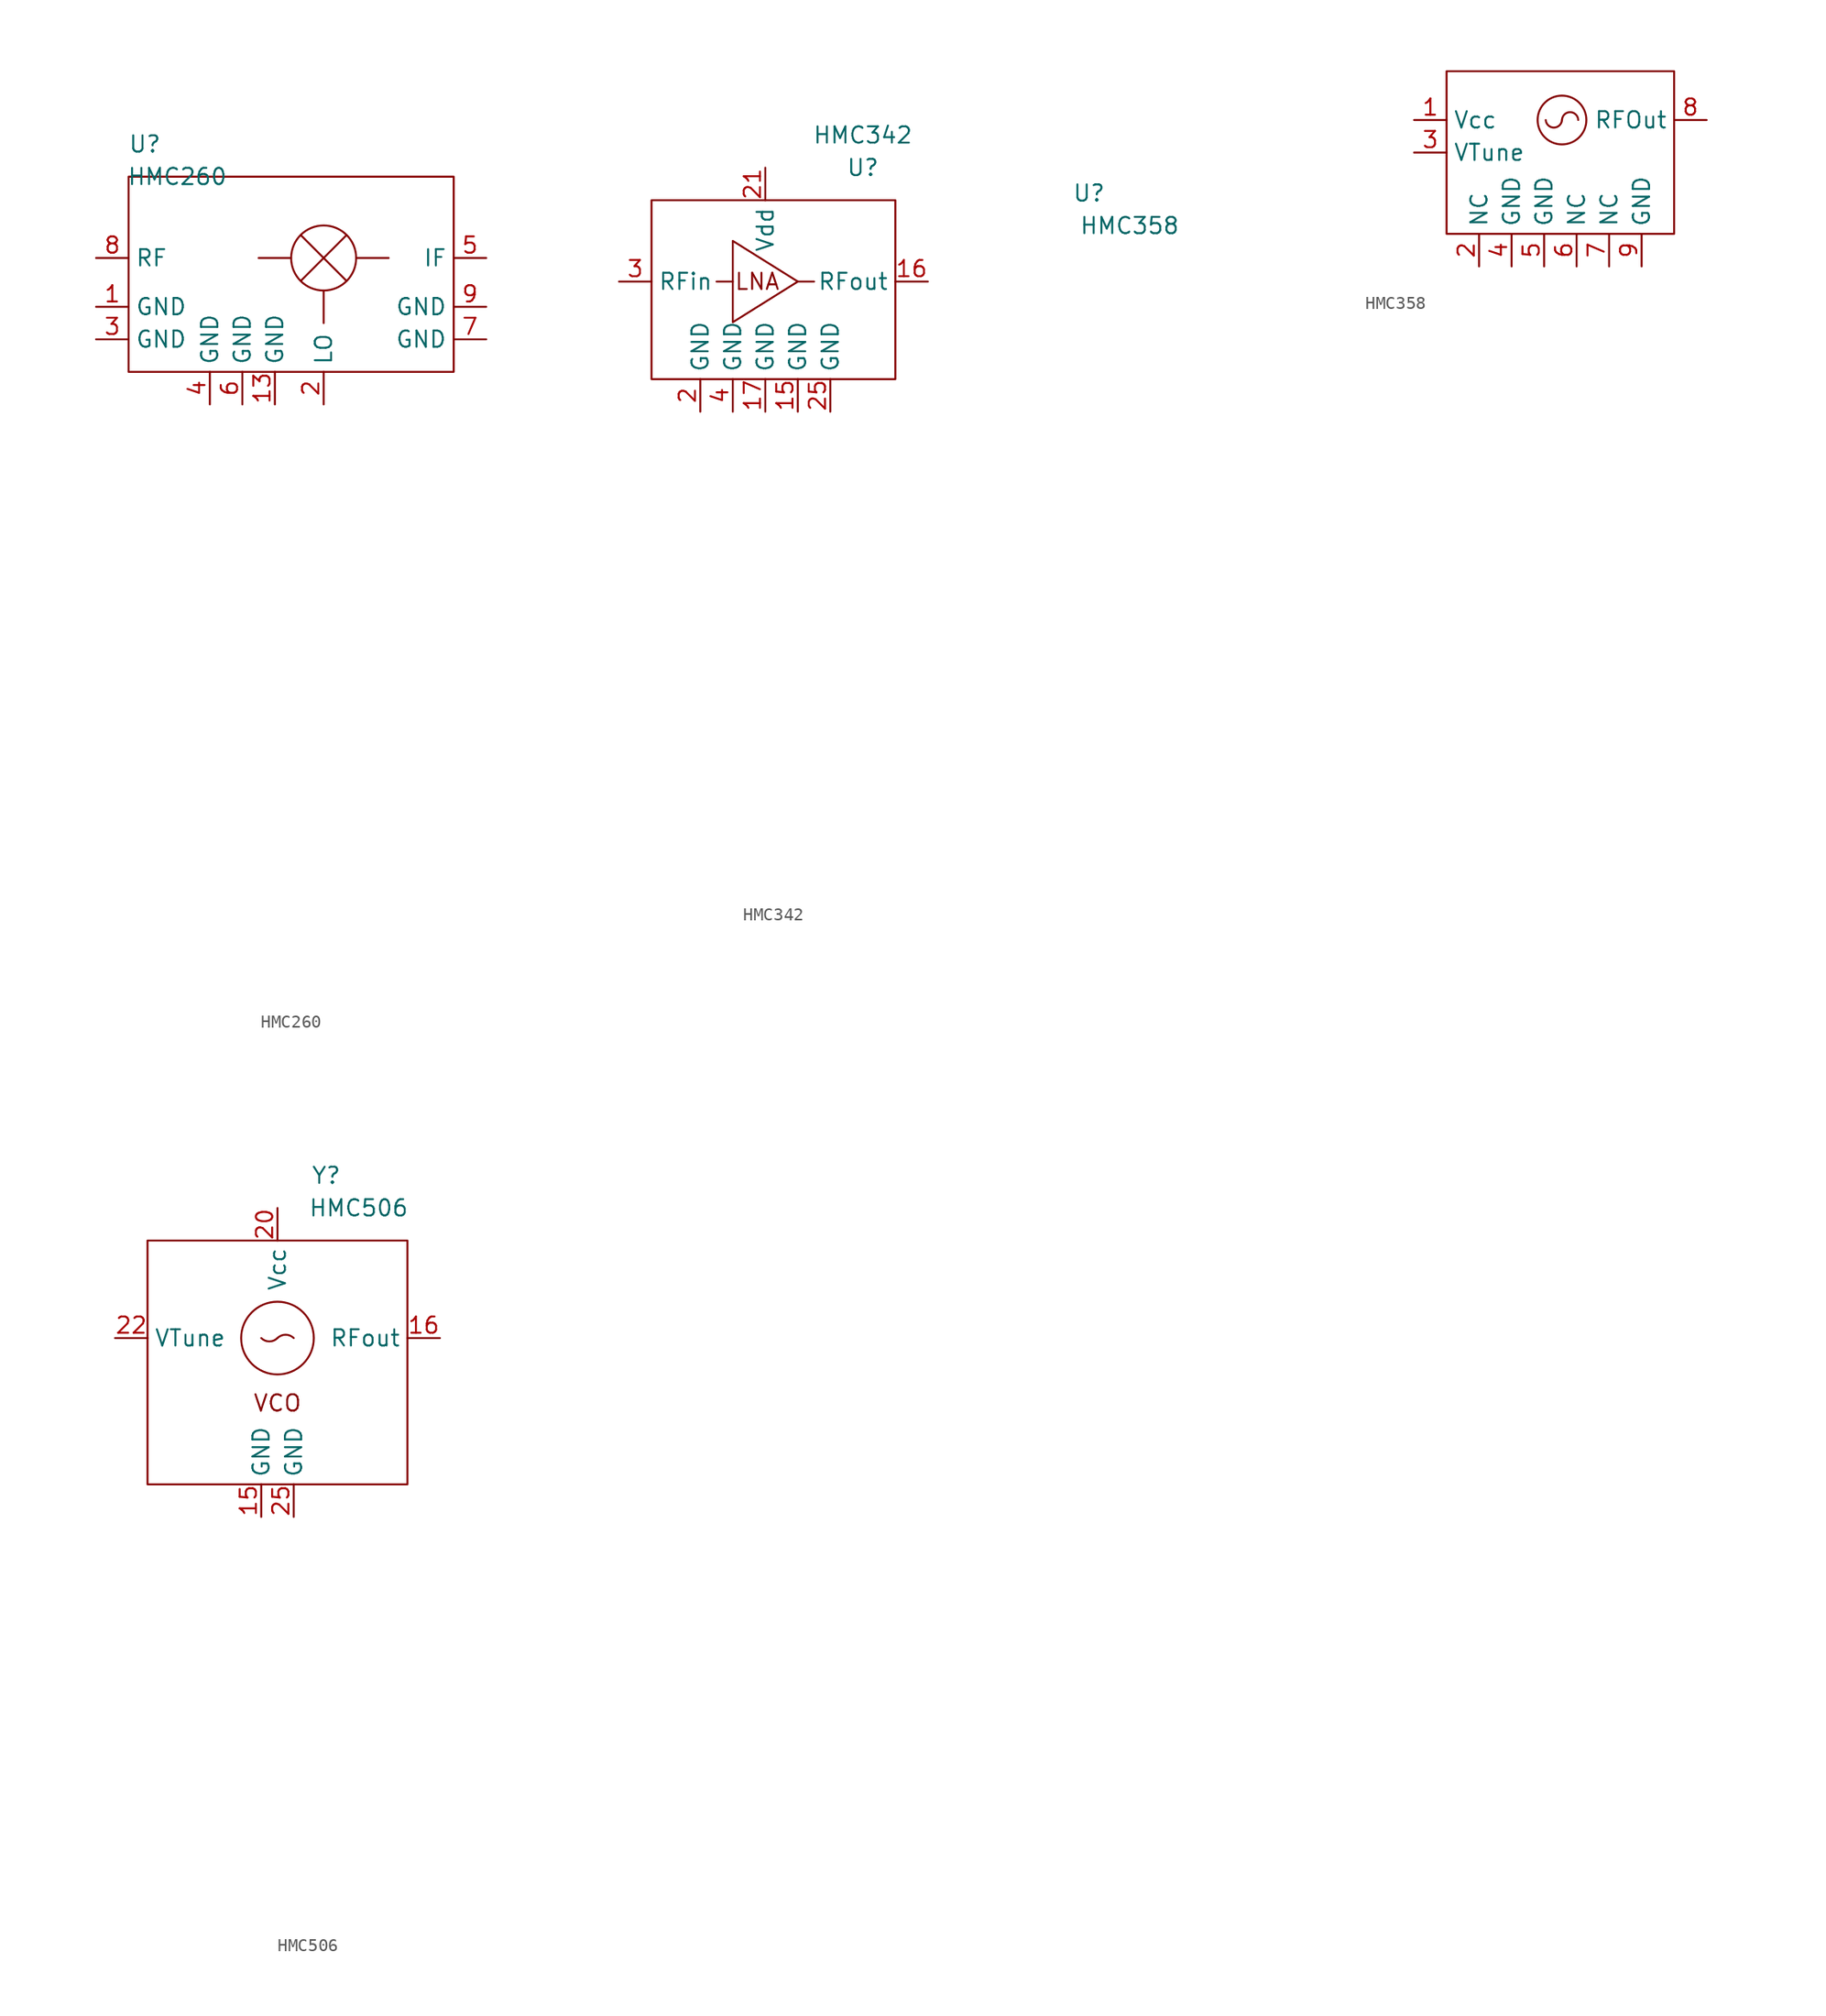
<source format=kicad_sym>
(kicad_symbol_lib
  (version 20211014)
  (generator kicad_symbol_editor)
  (symbol "HMC260"
    (property "Reference" "U"
      (at 1.27 22.86 0)
      (effects (font (size 1.27 1.27))))
    (property "Value" "HMC260"
      (at 3.81 20.32 0)
      (effects (font (size 1.27 1.27))))
    (symbol "HMC260_0_0"
      (pin unspecified line (at -2.54 10.16 0) (length 2.54) (name "GND" (effects (font (size 1.27 1.27)))) (number "1" (effects (font (size 1.27 1.27)))))
      (pin unspecified line (at 6.35 -33.02 0) (length 2.54) hide (name "NC" (effects (font (size 1.27 1.27)))) (number "10" (effects (font (size 1.27 1.27)))))
      (pin unspecified line (at 6.35 -35.56 0) (length 2.54) hide (name "NC" (effects (font (size 1.27 1.27)))) (number "11" (effects (font (size 1.27 1.27)))))
      (pin unspecified line (at 6.35 -38.1 0) (length 2.54) hide (name "NC" (effects (font (size 1.27 1.27)))) (number "12" (effects (font (size 1.27 1.27)))))
      (pin unspecified line (at 11.43 2.54 90) (length 2.54) (name "GND" (effects (font (size 1.27 1.27)))) (number "13" (effects (font (size 1.27 1.27)))))
      (pin unspecified line (at 15.24 2.54 90) (length 2.54) (name "LO" (effects (font (size 1.27 1.27)))) (number "2" (effects (font (size 1.27 1.27)))))
      (pin unspecified line (at -2.54 7.62 0) (length 2.54) (name "GND" (effects (font (size 1.27 1.27)))) (number "3" (effects (font (size 1.27 1.27)))))
      (pin unspecified line (at 6.35 2.54 90) (length 2.54) (name "GND" (effects (font (size 1.27 1.27)))) (number "4" (effects (font (size 1.27 1.27)))))
      (pin unspecified line (at 27.94 13.97 180) (length 2.54) (name "IF" (effects (font (size 1.27 1.27)))) (number "5" (effects (font (size 1.27 1.27)))))
      (pin unspecified line (at 8.89 2.54 90) (length 2.54) (name "GND" (effects (font (size 1.27 1.27)))) (number "6" (effects (font (size 1.27 1.27)))))
      (pin unspecified line (at 27.94 7.62 180) (length 2.54) (name "GND" (effects (font (size 1.27 1.27)))) (number "7" (effects (font (size 1.27 1.27)))))
      (pin unspecified line (at -2.54 13.97 0) (length 2.54) (name "RF" (effects (font (size 1.27 1.27)))) (number "8" (effects (font (size 1.27 1.27)))))
      (pin unspecified line (at 27.94 10.16 180) (length 2.54) (name "GND" (effects (font (size 1.27 1.27)))) (number "9" (effects (font (size 1.27 1.27))))))
    (symbol "HMC260_0_1"
      (polyline (pts (xy 12.7 13.97) (xy 10.16 13.97)) (stroke (width 0) (type default) (color 0 0 0 0)) (fill (type none)))
      (polyline (pts (xy 15.24 11.43) (xy 15.24 8.89)) (stroke (width 0) (type default) (color 0 0 0 0)) (fill (type none)))
      (polyline (pts (xy 17.018 12.192) (xy 13.462 15.748)) (stroke (width 0) (type default) (color 0 0 0 0)) (fill (type none)))
      (polyline (pts (xy 17.018 15.748) (xy 13.462 12.192)) (stroke (width 0) (type default) (color 0 0 0 0)) (fill (type none)))
      (polyline (pts (xy 17.78 13.97) (xy 20.32 13.97)) (stroke (width 0) (type default) (color 0 0 0 0)) (fill (type none)))
      (rectangle (start 0 20.32) (end 25.4 5.08) (stroke (width 0) (type default) (color 0 0 0 0)) (fill (type none)))
      (circle (center 15.24 13.97) (radius 2.54) (stroke (width 0) (type default) (color 0 0 0 0)) (fill (type none)))))
  (symbol "HMC342"
    (property "Reference" "U"
      (at 17.78 22.86 0)
      (effects (font (size 1.27 1.27))))
    (property "Value" "HMC342"
      (at 17.78 25.4 0)
      (effects (font (size 1.27 1.27))))
    (symbol "HMC342_0_0"
      (text "LNA" (at 9.525 13.97 0) (effects (font (size 1.27 1.27))))
      (pin unspecified line (at 19.685 -10.795 0) (length 2.54) hide (name "" (effects (font (size 1.27 1.27)))) (number "1" (effects (font (size 1.27 1.27)))))
      (pin unspecified line (at 19.685 -26.035 0) (length 2.54) hide (name "" (effects (font (size 1.27 1.27)))) (number "10" (effects (font (size 1.27 1.27)))))
      (pin unspecified line (at 19.685 -28.575 0) (length 2.54) hide (name "" (effects (font (size 1.27 1.27)))) (number "11" (effects (font (size 1.27 1.27)))))
      (pin unspecified line (at 5.715 -10.795 0) (length 2.54) hide (name "" (effects (font (size 1.27 1.27)))) (number "12" (effects (font (size 1.27 1.27)))))
      (pin unspecified line (at 5.715 -13.335 0) (length 2.54) hide (name "" (effects (font (size 1.27 1.27)))) (number "13" (effects (font (size 1.27 1.27)))))
      (pin unspecified line (at 5.715 -15.875 0) (length 2.54) hide (name "" (effects (font (size 1.27 1.27)))) (number "14" (effects (font (size 1.27 1.27)))))
      (pin passive line (at 12.7 3.81 90) (length 2.54) (name "GND" (effects (font (size 1.27 1.27)))) (number "15" (effects (font (size 1.27 1.27)))))
      (pin output line (at 22.86 13.97 180) (length 2.54) (name "RFout" (effects (font (size 1.27 1.27)))) (number "16" (effects (font (size 1.27 1.27)))))
      (pin passive line (at 10.16 3.81 90) (length 2.54) (name "GND" (effects (font (size 1.27 1.27)))) (number "17" (effects (font (size 1.27 1.27)))))
      (pin unspecified line (at 5.715 -18.415 0) (length 2.54) hide (name "" (effects (font (size 1.27 1.27)))) (number "18" (effects (font (size 1.27 1.27)))))
      (pin unspecified line (at 5.715 -20.955 0) (length 2.54) hide (name "" (effects (font (size 1.27 1.27)))) (number "19" (effects (font (size 1.27 1.27)))))
      (pin passive line (at 5.08 3.81 90) (length 2.54) (name "GND" (effects (font (size 1.27 1.27)))) (number "2" (effects (font (size 1.27 1.27)))))
      (pin unspecified line (at 5.715 -23.495 0) (length 2.54) hide (name "" (effects (font (size 1.27 1.27)))) (number "20" (effects (font (size 1.27 1.27)))))
      (pin passive line (at 10.16 22.86 270) (length 2.54) (name "Vdd" (effects (font (size 1.27 1.27)))) (number "21" (effects (font (size 1.27 1.27)))))
      (pin unspecified line (at 5.715 -26.035 0) (length 2.54) hide (name "" (effects (font (size 1.27 1.27)))) (number "22" (effects (font (size 1.27 1.27)))))
      (pin unspecified line (at 5.715 -28.575 0) (length 2.54) hide (name "" (effects (font (size 1.27 1.27)))) (number "23" (effects (font (size 1.27 1.27)))))
      (pin unspecified line (at 19.685 -8.255 0) (length 2.54) hide (name "" (effects (font (size 1.27 1.27)))) (number "24" (effects (font (size 1.27 1.27)))))
      (pin passive line (at 15.24 3.81 90) (length 2.54) (name "GND" (effects (font (size 1.27 1.27)))) (number "25" (effects (font (size 1.27 1.27)))))
      (pin input line (at -1.27 13.97 0) (length 2.54) (name "RFin" (effects (font (size 1.27 1.27)))) (number "3" (effects (font (size 1.27 1.27)))))
      (pin passive line (at 7.62 3.81 90) (length 2.54) (name "GND" (effects (font (size 1.27 1.27)))) (number "4" (effects (font (size 1.27 1.27)))))
      (pin unspecified line (at 19.685 -13.335 0) (length 2.54) hide (name "" (effects (font (size 1.27 1.27)))) (number "5" (effects (font (size 1.27 1.27)))))
      (pin unspecified line (at 19.685 -15.875 0) (length 2.54) hide (name "" (effects (font (size 1.27 1.27)))) (number "6" (effects (font (size 1.27 1.27)))))
      (pin unspecified line (at 19.685 -18.415 0) (length 2.54) hide (name "" (effects (font (size 1.27 1.27)))) (number "7" (effects (font (size 1.27 1.27)))))
      (pin unspecified line (at 19.685 -20.955 0) (length 2.54) hide (name "" (effects (font (size 1.27 1.27)))) (number "8" (effects (font (size 1.27 1.27)))))
      (pin unspecified line (at 19.685 -23.495 0) (length 2.54) hide (name "" (effects (font (size 1.27 1.27)))) (number "9" (effects (font (size 1.27 1.27))))))
    (symbol "HMC342_0_1"
      (polyline (pts (xy 7.62 13.97) (xy 6.35 13.97)) (stroke (width 0) (type default) (color 0 0 0 0)) (fill (type none)))
      (polyline (pts (xy 13.97 13.97) (xy 12.7 13.97)) (stroke (width 0) (type default) (color 0 0 0 0)) (fill (type none)))
      (polyline (pts (xy 7.62 17.145) (xy 7.62 10.795) (xy 12.7 13.97) (xy 7.62 17.145)) (stroke (width 0) (type default) (color 0 0 0 0)) (fill (type none)))
      (rectangle (start 1.27 20.32) (end 20.32 6.35) (stroke (width 0) (type default) (color 0 0 0 0)) (fill (type none)))))
  (symbol "HMC358"
    (property "Reference" "U"
      (at -25.4 6.985 0)
      (effects (font (size 1.27 1.27))))
    (property "Value" "HMC358"
      (at -22.225 4.445 0)
      (effects (font (size 1.27 1.27))))
    (symbol "HMC358_0_0"
      (pin unspecified line (at 0 12.7 0) (length 2.54) (name "Vcc" (effects (font (size 1.27 1.27)))) (number "1" (effects (font (size 1.27 1.27)))))
      (pin unspecified line (at 5.08 1.27 90) (length 2.54) (name "NC" (effects (font (size 1.27 1.27)))) (number "2" (effects (font (size 1.27 1.27)))))
      (pin unspecified line (at 0 10.16 0) (length 2.54) (name "VTune" (effects (font (size 1.27 1.27)))) (number "3" (effects (font (size 1.27 1.27)))))
      (pin unspecified line (at 7.62 1.27 90) (length 2.54) (name "GND" (effects (font (size 1.27 1.27)))) (number "4" (effects (font (size 1.27 1.27)))))
      (pin unspecified line (at 10.16 1.27 90) (length 2.54) (name "GND" (effects (font (size 1.27 1.27)))) (number "5" (effects (font (size 1.27 1.27)))))
      (pin unspecified line (at 12.7 1.27 90) (length 2.54) (name "NC" (effects (font (size 1.27 1.27)))) (number "6" (effects (font (size 1.27 1.27)))))
      (pin unspecified line (at 15.24 1.27 90) (length 2.54) (name "NC" (effects (font (size 1.27 1.27)))) (number "7" (effects (font (size 1.27 1.27)))))
      (pin unspecified line (at 22.86 12.7 180) (length 2.54) (name "RFOut" (effects (font (size 1.27 1.27)))) (number "8" (effects (font (size 1.27 1.27)))))
      (pin unspecified line (at 17.78 1.27 90) (length 2.54) (name "GND" (effects (font (size 1.27 1.27)))) (number "9" (effects (font (size 1.27 1.27))))))
    (symbol "HMC358_0_1"
      (rectangle (start 2.54 16.51) (end 20.32 3.81) (stroke (width 0) (type default) (color 0 0 0 0)) (fill (type none)))
      (arc (start 10.287 12.7) (mid 10.922 12.0183) (end 11.557 12.7) (stroke (width 0) (type default) (color 0 0 0 0)) (fill (type none)))
      (circle (center 11.557 12.7) (radius 1.905) (stroke (width 0) (type default) (color 0 0 0 0)) (fill (type none)))
      (arc (start 12.827 12.7) (mid 12.192 13.3579) (end 11.557 12.7) (stroke (width 0) (type default) (color 0 0 0 0)) (fill (type none)))))
  (symbol "HMC506"
    (property "Reference" "Y"
      (at 21.59 26.67 0)
      (effects (font (size 1.27 1.27))))
    (property "Value" "HMC506"
      (at 24.13 24.13 0)
      (effects (font (size 1.27 1.27))))
    (symbol "HMC506_0_0"
      (text "VCO" (at 17.78 8.89 0) (effects (font (size 1.27 1.27))))
      (pin unspecified line (at 19.05 -13.97 0) (length 2.54) hide (name "" (effects (font (size 1.27 1.27)))) (number "1" (effects (font (size 1.27 1.27)))))
      (pin unspecified line (at 34.29 -16.51 0) (length 2.54) hide (name "" (effects (font (size 1.27 1.27)))) (number "10" (effects (font (size 1.27 1.27)))))
      (pin unspecified line (at 34.29 -19.05 0) (length 2.54) hide (name "" (effects (font (size 1.27 1.27)))) (number "11" (effects (font (size 1.27 1.27)))))
      (pin unspecified line (at 34.29 -21.59 0) (length 2.54) hide (name "" (effects (font (size 1.27 1.27)))) (number "12" (effects (font (size 1.27 1.27)))))
      (pin unspecified line (at 34.29 -24.13 0) (length 2.54) hide (name "" (effects (font (size 1.27 1.27)))) (number "13" (effects (font (size 1.27 1.27)))))
      (pin unspecified line (at 34.29 -26.67 0) (length 2.54) hide (name "" (effects (font (size 1.27 1.27)))) (number "14" (effects (font (size 1.27 1.27)))))
      (pin unspecified line (at 16.51 0 90) (length 2.54) (name "GND" (effects (font (size 1.27 1.27)))) (number "15" (effects (font (size 1.27 1.27)))))
      (pin unspecified line (at 30.48 13.97 180) (length 2.54) (name "RFout" (effects (font (size 1.27 1.27)))) (number "16" (effects (font (size 1.27 1.27)))))
      (pin unspecified line (at 3.81 -13.97 0) (length 2.54) hide (name "" (effects (font (size 1.27 1.27)))) (number "17" (effects (font (size 1.27 1.27)))))
      (pin unspecified line (at 3.81 -16.51 0) (length 2.54) hide (name "" (effects (font (size 1.27 1.27)))) (number "18" (effects (font (size 1.27 1.27)))))
      (pin unspecified line (at 3.81 -19.05 0) (length 2.54) hide (name "" (effects (font (size 1.27 1.27)))) (number "19" (effects (font (size 1.27 1.27)))))
      (pin unspecified line (at 19.05 -16.51 0) (length 2.54) hide (name "" (effects (font (size 1.27 1.27)))) (number "2" (effects (font (size 1.27 1.27)))))
      (pin unspecified line (at 17.78 24.13 270) (length 2.54) (name "Vcc" (effects (font (size 1.27 1.27)))) (number "20" (effects (font (size 1.27 1.27)))))
      (pin unspecified line (at 3.81 -21.59 0) (length 2.54) hide (name "" (effects (font (size 1.27 1.27)))) (number "21" (effects (font (size 1.27 1.27)))))
      (pin input line (at 5.08 13.97 0) (length 2.54) (name "VTune" (effects (font (size 1.27 1.27)))) (number "22" (effects (font (size 1.27 1.27)))))
      (pin unspecified line (at 3.81 -24.13 0) (length 2.54) hide (name "" (effects (font (size 1.27 1.27)))) (number "23" (effects (font (size 1.27 1.27)))))
      (pin unspecified line (at 3.81 -26.67 0) (length 2.54) hide (name "" (effects (font (size 1.27 1.27)))) (number "24" (effects (font (size 1.27 1.27)))))
      (pin unspecified line (at 19.05 0 90) (length 2.54) (name "GND" (effects (font (size 1.27 1.27)))) (number "25" (effects (font (size 1.27 1.27)))))
      (pin unspecified line (at 19.05 -19.05 0) (length 2.54) hide (name "" (effects (font (size 1.27 1.27)))) (number "3" (effects (font (size 1.27 1.27)))))
      (pin unspecified line (at 19.05 -21.59 0) (length 2.54) hide (name "" (effects (font (size 1.27 1.27)))) (number "4" (effects (font (size 1.27 1.27)))))
      (pin unspecified line (at 19.05 -24.13 0) (length 2.54) hide (name "" (effects (font (size 1.27 1.27)))) (number "5" (effects (font (size 1.27 1.27)))))
      (pin unspecified line (at 19.05 -26.67 0) (length 2.54) hide (name "" (effects (font (size 1.27 1.27)))) (number "6" (effects (font (size 1.27 1.27)))))
      (pin unspecified line (at 34.29 -8.89 0) (length 2.54) hide (name "" (effects (font (size 1.27 1.27)))) (number "7" (effects (font (size 1.27 1.27)))))
      (pin unspecified line (at 34.29 -11.43 0) (length 2.54) hide (name "" (effects (font (size 1.27 1.27)))) (number "8" (effects (font (size 1.27 1.27)))))
      (pin unspecified line (at 34.29 -13.97 0) (length 2.54) hide (name "" (effects (font (size 1.27 1.27)))) (number "9" (effects (font (size 1.27 1.27))))))
    (symbol "HMC506_0_1"
      (rectangle (start 7.62 21.59) (end 27.94 2.54) (stroke (width 0) (type default) (color 0 0 0 0)) (fill (type none)))
      (arc (start 16.51 13.97) (mid 17.145 12.4247) (end 17.78 13.97) (stroke (width 0) (type default) (color 0 0 0 0)) (fill (type none)))
      (circle (center 17.78 13.97) (radius 2.84) (stroke (width 0) (type default) (color 0 0 0 0)) (fill (type none)))
      (arc (start 19.05 13.97) (mid 18.415 15.503) (end 17.78 13.97) (stroke (width 0) (type default) (color 0 0 0 0)) (fill (type none))))))
</source>
